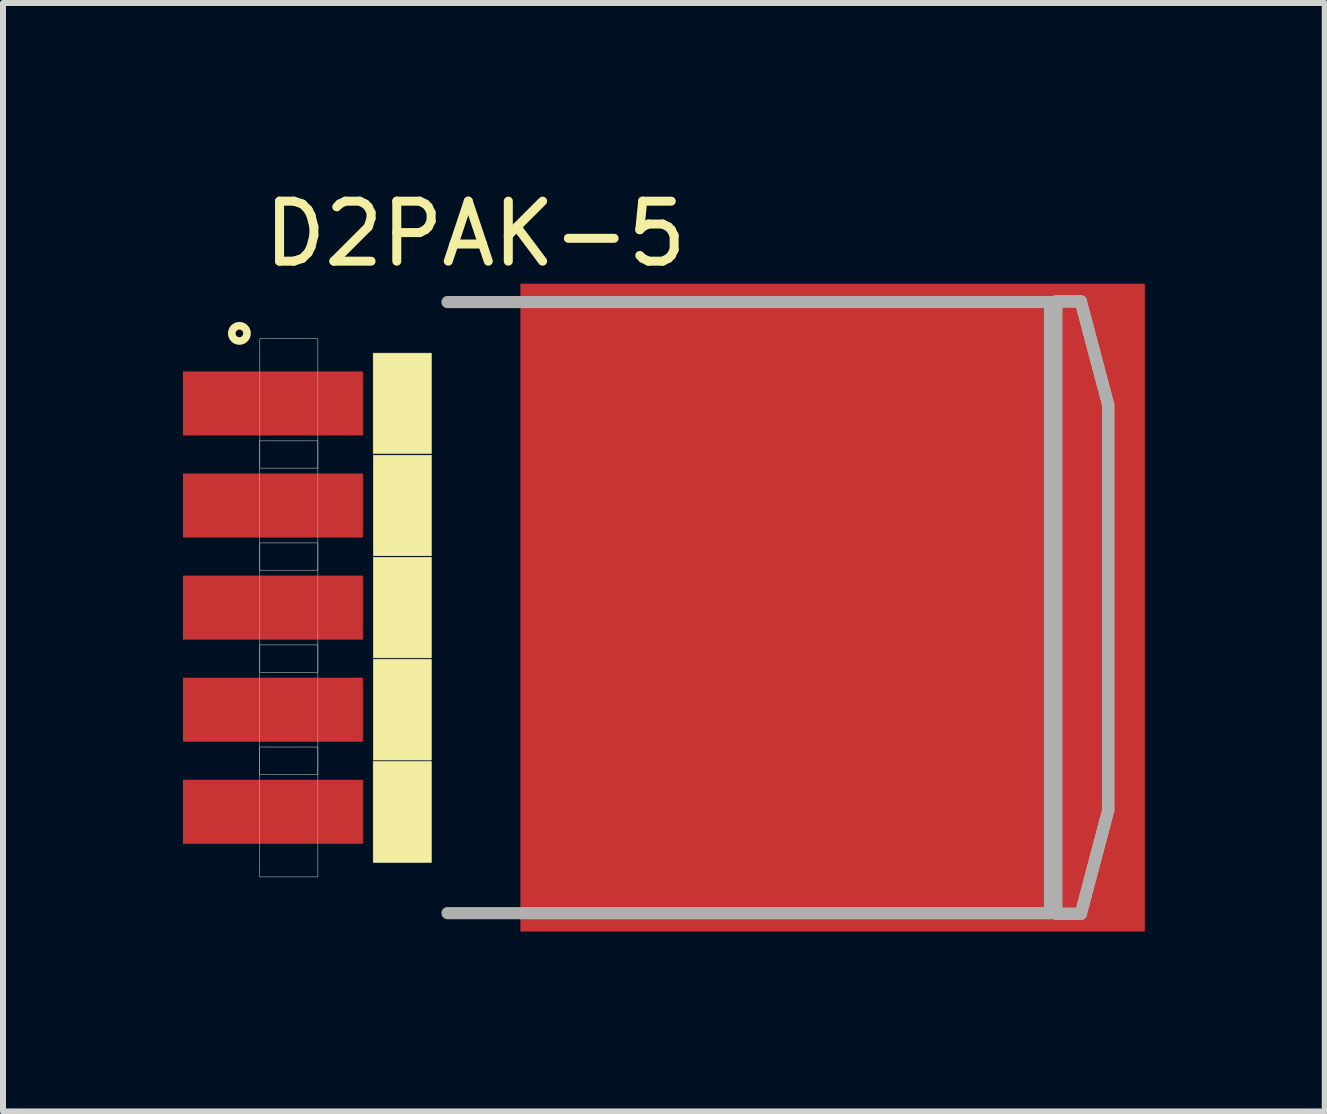
<source format=kicad_pcb>
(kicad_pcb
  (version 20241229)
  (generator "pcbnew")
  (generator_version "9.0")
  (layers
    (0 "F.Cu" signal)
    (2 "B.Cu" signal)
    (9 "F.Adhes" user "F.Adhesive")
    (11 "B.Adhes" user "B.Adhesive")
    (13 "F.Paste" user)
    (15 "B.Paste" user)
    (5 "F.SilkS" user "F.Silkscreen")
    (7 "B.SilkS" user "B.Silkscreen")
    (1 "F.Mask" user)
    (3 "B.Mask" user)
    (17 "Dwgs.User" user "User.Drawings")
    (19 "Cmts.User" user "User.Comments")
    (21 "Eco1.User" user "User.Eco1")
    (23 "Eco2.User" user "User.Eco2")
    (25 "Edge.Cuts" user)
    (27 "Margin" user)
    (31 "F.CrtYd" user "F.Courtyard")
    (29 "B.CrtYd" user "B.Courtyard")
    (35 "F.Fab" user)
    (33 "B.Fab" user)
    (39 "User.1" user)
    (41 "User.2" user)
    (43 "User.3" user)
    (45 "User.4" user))
  (footprint "D2PAK-5"
    (layer "F.Cu")
    (at 6.021 7.08)
    (property "Reference" "D2PAK-5" (at -1.145 -6.231 0) (layer "F.SilkS") (effects (font (size 1.001 1.001) (thickness 0.15))))
    (attr smd)
    (fp_circle (center -5.08 -4.572) (end -4.953 -4.572) (stroke (width 0.127) (type solid)) (fill no) (layer "F.SilkS"))
    (fp_poly (pts (xy -2.849 -4.242) (xy -1.88 -4.242) (xy -1.88 -2.57) (xy -2.849 -2.57)) (stroke (width 0.01) (type solid)) (fill yes) (layer "F.SilkS"))
    (fp_poly (pts (xy -2.849 2.565) (xy -1.88 2.565) (xy -1.88 4.248) (xy -2.849 4.248)) (stroke (width 0.01) (type solid)) (fill yes) (layer "F.SilkS"))
    (fp_poly (pts (xy -2.846 0.864) (xy -1.88 0.864) (xy -1.88 2.541) (xy -2.846 2.541)) (stroke (width 0.01) (type solid)) (fill yes) (layer "F.SilkS"))
    (fp_poly (pts (xy -2.845 -2.54) (xy -1.88 -2.54) (xy -1.88 -0.864) (xy -2.845 -0.864)) (stroke (width 0.01) (type solid)) (fill yes) (layer "F.SilkS"))
    (fp_poly (pts (xy -2.845 -0.838) (xy -1.88 -0.838) (xy -1.88 0.838) (xy -2.845 0.838)) (stroke (width 0.01) (type solid)) (fill yes) (layer "F.SilkS"))
    (fp_line (start -1.61 -5.094) (end 8.435 -5.094) (stroke (width 0.203) (type solid)) (layer "F.Fab"))
    (fp_line (start 8.435 -5.094) (end 8.435 5.094) (stroke (width 0.203) (type solid)) (layer "F.Fab"))
    (fp_line (start 8.435 5.094) (end -1.61 5.094) (stroke (width 0.203) (type solid)) (layer "F.Fab"))
    (fp_line (start 8.537 -5.105) (end 8.948 -5.105) (stroke (width 0.203) (type solid)) (layer "F.Fab"))
    (fp_line (start 8.537 5.105) (end 8.537 -5.105) (stroke (width 0.203) (type solid)) (layer "F.Fab"))
    (fp_line (start 8.948 -5.105) (end 9.405 -3.378) (stroke (width 0.203) (type solid)) (layer "F.Fab"))
    (fp_line (start 8.948 5.105) (end 8.537 5.105) (stroke (width 0.203) (type solid)) (layer "F.Fab"))
    (fp_line (start 9.405 -3.378) (end 9.405 3.378) (stroke (width 0.203) (type solid)) (layer "F.Fab"))
    (fp_line (start 9.405 3.378) (end 8.948 5.105) (stroke (width 0.203) (type solid)) (layer "F.Fab"))
    (fp_poly (pts (xy -4.745 -2.781) (xy -3.772 -2.781) (xy -3.772 -0.623) (xy -4.745 -0.623)) (stroke (width 0.01) (type solid)) (fill no) (layer "F.Fab"))
    (fp_poly (pts (xy -4.744 2.324) (xy -3.772 2.324) (xy -3.772 4.489) (xy -4.744 4.489)) (stroke (width 0.01) (type solid)) (fill no) (layer "F.Fab"))
    (fp_poly (pts (xy -4.742 0.622) (xy -3.772 0.622) (xy -3.772 2.784) (xy -4.742 2.784)) (stroke (width 0.01) (type solid)) (fill no) (layer "F.Fab"))
    (fp_poly (pts (xy -4.74 -1.079) (xy -3.772 -1.079) (xy -3.772 1.08) (xy -4.74 1.08)) (stroke (width 0.01) (type solid)) (fill no) (layer "F.Fab"))
    (fp_poly (pts (xy -4.74 -4.483) (xy -3.772 -4.483) (xy -3.772 -2.325) (xy -4.74 -2.325)) (stroke (width 0.01) (type solid)) (fill no) (layer "F.Fab"))
    (fp_poly (pts (xy 8.537 -5.105) (xy 8.948 -5.105) (xy 9.405 -3.378) (xy 9.405 3.378) (xy 8.948 5.105) (xy 8.537 5.105)) (stroke (width 0.203) (type solid)) (fill no) (layer "F.Fab"))
    (pad "1" smd rect (at -4.521 -3.404 270) (size 1.067 3) (layers "F.Cu" "F.Mask" "F.Paste"))
    (pad "2" smd rect (at -4.521 -1.702 270) (size 1.067 3) (layers "F.Cu" "F.Mask" "F.Paste"))
    (pad "3" smd rect (at -4.521 0 270) (size 1.067 3) (layers "F.Cu" "F.Mask" "F.Paste"))
    (pad "4" smd rect (at -4.521 1.702 270) (size 1.067 3) (layers "F.Cu" "F.Mask" "F.Paste"))
    (pad "5" smd rect (at -4.521 3.404 270) (size 1.067 3) (layers "F.Cu" "F.Mask" "F.Paste"))
    (pad "6" smd rect (at 4.81 0 270) (size 10.8 10.41) (layers "F.Cu" "F.Mask" "F.Paste")))
  (gr_rect
    (start -3 -3)
    (end 19.036 15.48)
    (stroke (width 0.1) (type default))
    (fill no)
    (layer "Edge.Cuts")))
</source>
